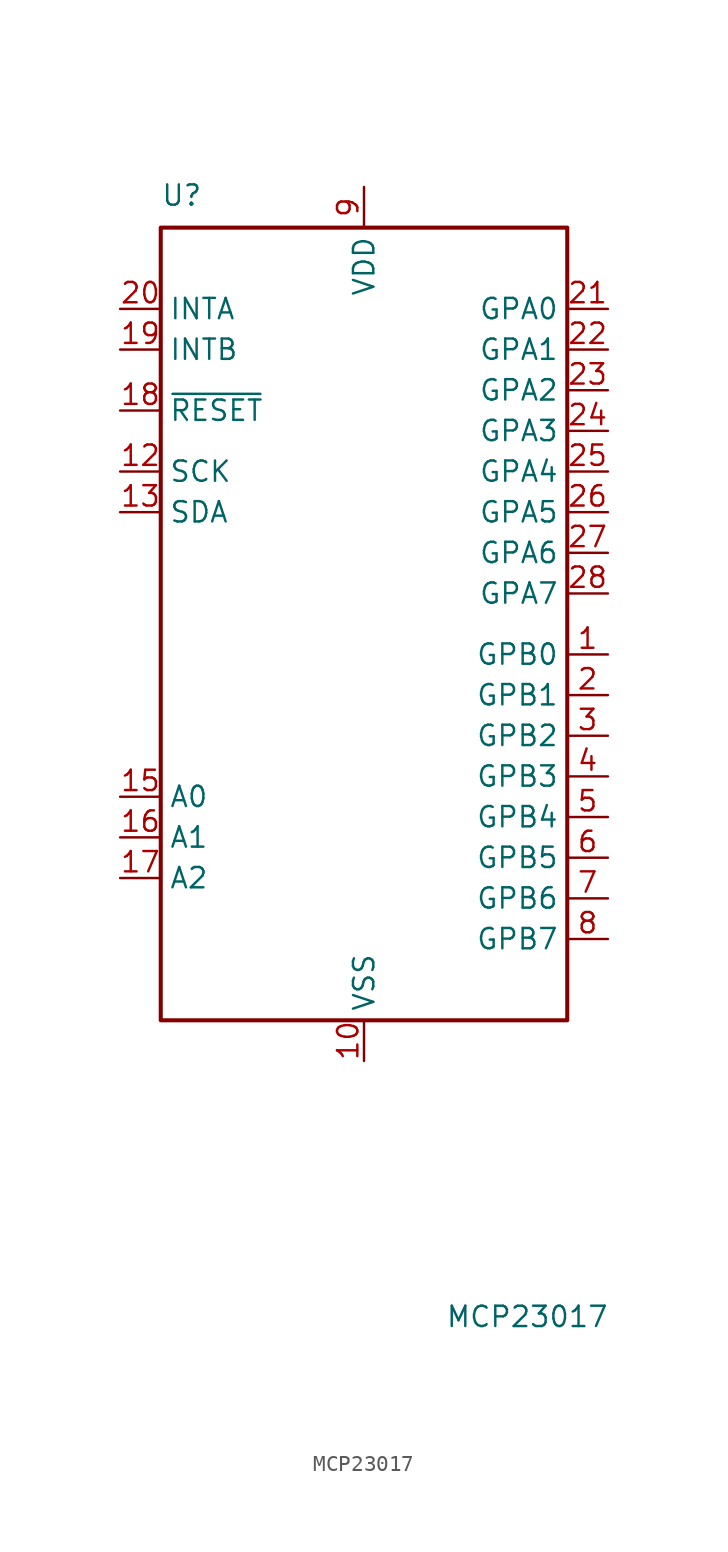
<source format=kicad_sym>
(kicad_symbol_lib
  (version 20220914)
  (generator kicad_symbol_editor)
  (symbol "MCP23017"
    (property "Reference" "U"
      (at -12.7 34.29 0)
      (effects (font (size 1.27 1.27)) (justify left bottom)))
    (property "Value" "MCP23017"
      (at 5.08 -34.29 0)
      (effects (font (size 1.27 1.27)) (justify left top)))
    (symbol "MCP23017_1_1"
      (rectangle (start -12.7 33.02) (end 12.7 -16.51) (stroke (width 0.254) (type default)) (fill (type none)))
      (pin bidirectional line (at 15.24 6.35 180) (length 2.54) (name "GPB0" (effects (font (size 1.27 1.27)))) (number "1" (effects (font (size 1.27 1.27)))))
      (pin power_in line (at 0 -19.05 90) (length 2.54) (name "VSS" (effects (font (size 1.27 1.27)))) (number "10" (effects (font (size 1.27 1.27)))))
      (pin input line (at -15.24 17.78 0) (length 2.54) (name "SCK" (effects (font (size 1.27 1.27)))) (number "12" (effects (font (size 1.27 1.27)))))
      (pin bidirectional line (at -15.24 15.24 0) (length 2.54) (name "SDA" (effects (font (size 1.27 1.27)))) (number "13" (effects (font (size 1.27 1.27)))))
      (pin input line (at -15.24 -2.54 0) (length 2.54) (name "A0" (effects (font (size 1.27 1.27)))) (number "15" (effects (font (size 1.27 1.27)))))
      (pin input line (at -15.24 -5.08 0) (length 2.54) (name "A1" (effects (font (size 1.27 1.27)))) (number "16" (effects (font (size 1.27 1.27)))))
      (pin input line (at -15.24 -7.62 0) (length 2.54) (name "A2" (effects (font (size 1.27 1.27)))) (number "17" (effects (font (size 1.27 1.27)))))
      (pin input line (at -15.24 21.59 0) (length 2.54) (name "~{RESET}" (effects (font (size 1.27 1.27)))) (number "18" (effects (font (size 1.27 1.27)))))
      (pin output line (at -15.24 25.4 0) (length 2.54) (name "INTB" (effects (font (size 1.27 1.27)))) (number "19" (effects (font (size 1.27 1.27)))))
      (pin bidirectional line (at 15.24 3.81 180) (length 2.54) (name "GPB1" (effects (font (size 1.27 1.27)))) (number "2" (effects (font (size 1.27 1.27)))))
      (pin output line (at -15.24 27.94 0) (length 2.54) (name "INTA" (effects (font (size 1.27 1.27)))) (number "20" (effects (font (size 1.27 1.27)))))
      (pin bidirectional line (at 15.24 27.94 180) (length 2.54) (name "GPA0" (effects (font (size 1.27 1.27)))) (number "21" (effects (font (size 1.27 1.27)))))
      (pin bidirectional line (at 15.24 25.4 180) (length 2.54) (name "GPA1" (effects (font (size 1.27 1.27)))) (number "22" (effects (font (size 1.27 1.27)))))
      (pin bidirectional line (at 15.24 22.86 180) (length 2.54) (name "GPA2" (effects (font (size 1.27 1.27)))) (number "23" (effects (font (size 1.27 1.27)))))
      (pin bidirectional line (at 15.24 20.32 180) (length 2.54) (name "GPA3" (effects (font (size 1.27 1.27)))) (number "24" (effects (font (size 1.27 1.27)))))
      (pin bidirectional line (at 15.24 17.78 180) (length 2.54) (name "GPA4" (effects (font (size 1.27 1.27)))) (number "25" (effects (font (size 1.27 1.27)))))
      (pin bidirectional line (at 15.24 15.24 180) (length 2.54) (name "GPA5" (effects (font (size 1.27 1.27)))) (number "26" (effects (font (size 1.27 1.27)))))
      (pin bidirectional line (at 15.24 12.7 180) (length 2.54) (name "GPA6" (effects (font (size 1.27 1.27)))) (number "27" (effects (font (size 1.27 1.27)))))
      (pin bidirectional line (at 15.24 10.16 180) (length 2.54) (name "GPA7" (effects (font (size 1.27 1.27)))) (number "28" (effects (font (size 1.27 1.27)))))
      (pin bidirectional line (at 15.24 1.27 180) (length 2.54) (name "GPB2" (effects (font (size 1.27 1.27)))) (number "3" (effects (font (size 1.27 1.27)))))
      (pin bidirectional line (at 15.24 -1.27 180) (length 2.54) (name "GPB3" (effects (font (size 1.27 1.27)))) (number "4" (effects (font (size 1.27 1.27)))))
      (pin bidirectional line (at 15.24 -3.81 180) (length 2.54) (name "GPB4" (effects (font (size 1.27 1.27)))) (number "5" (effects (font (size 1.27 1.27)))))
      (pin bidirectional line (at 15.24 -6.35 180) (length 2.54) (name "GPB5" (effects (font (size 1.27 1.27)))) (number "6" (effects (font (size 1.27 1.27)))))
      (pin bidirectional line (at 15.24 -8.89 180) (length 2.54) (name "GPB6" (effects (font (size 1.27 1.27)))) (number "7" (effects (font (size 1.27 1.27)))))
      (pin bidirectional line (at 15.24 -11.43 180) (length 2.54) (name "GPB7" (effects (font (size 1.27 1.27)))) (number "8" (effects (font (size 1.27 1.27)))))
      (pin power_in line (at 0 35.56 270) (length 2.54) (name "VDD" (effects (font (size 1.27 1.27)))) (number "9" (effects (font (size 1.27 1.27))))))))
</source>
